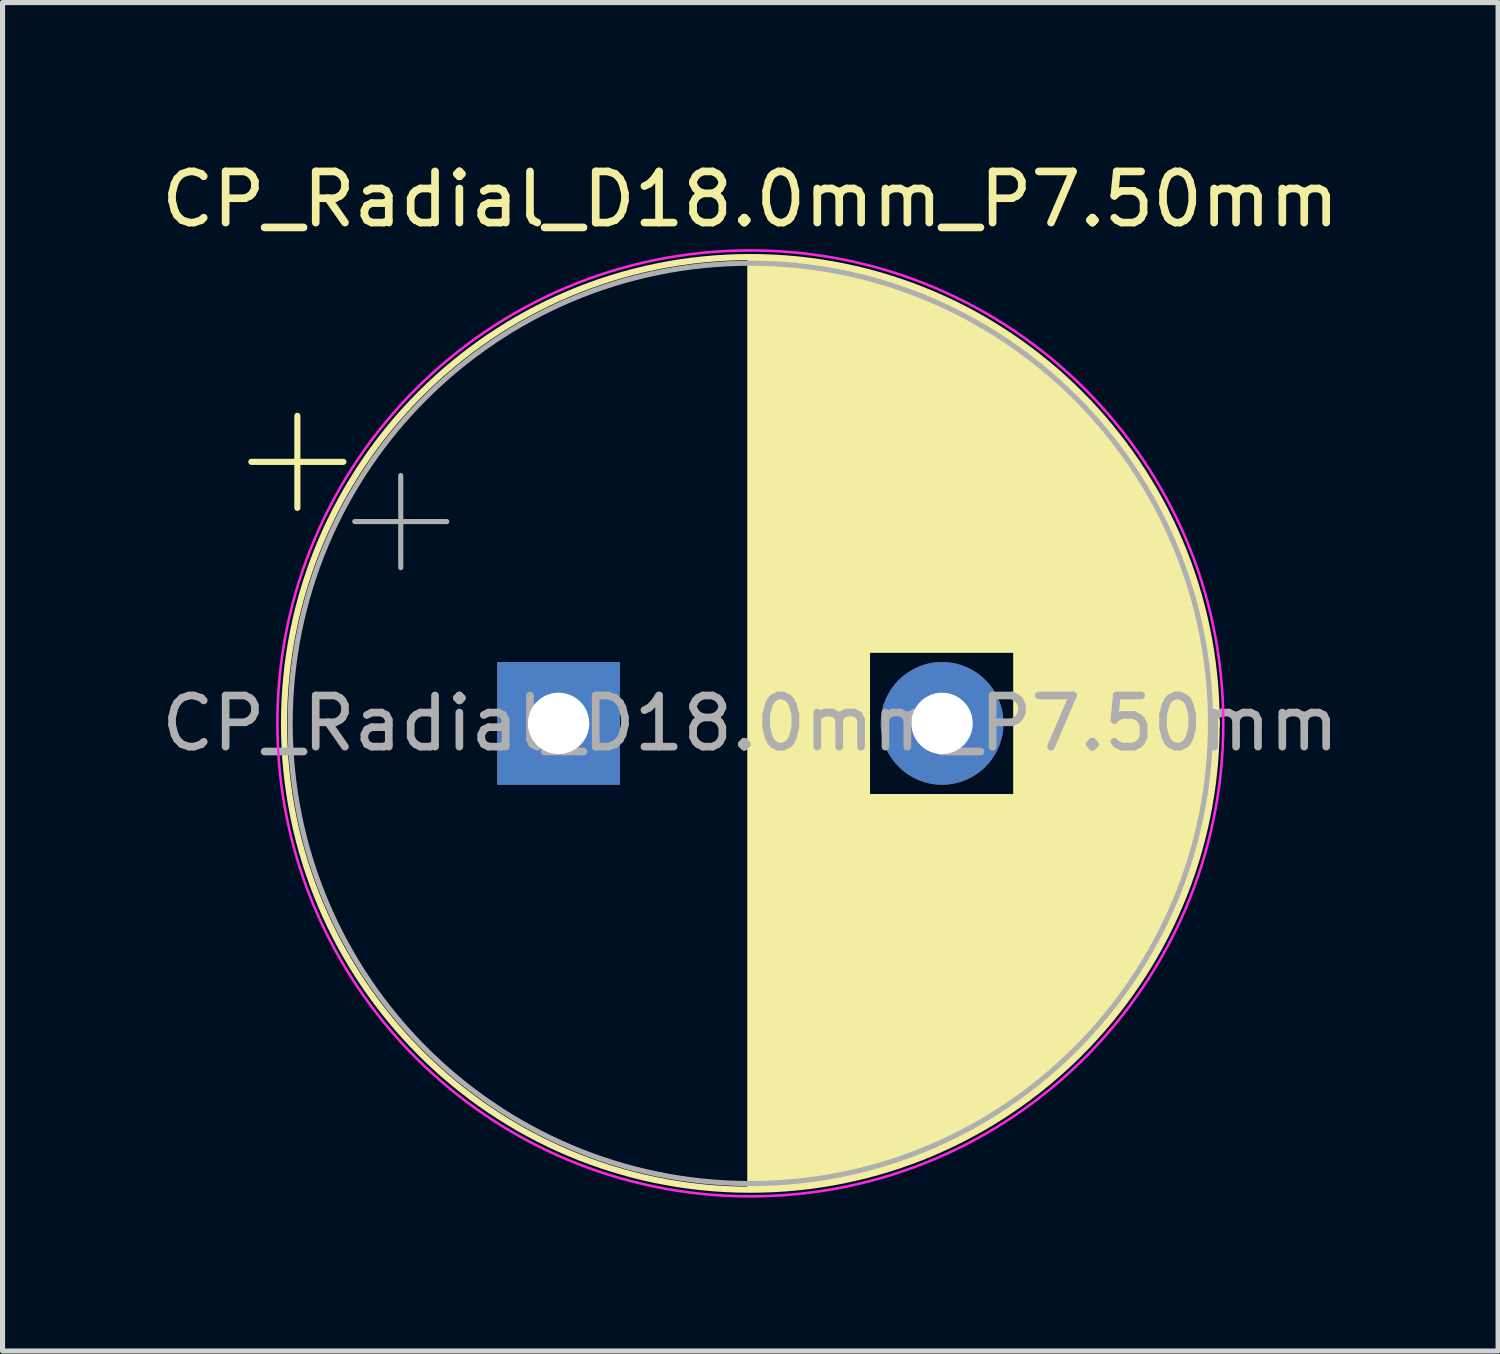
<source format=kicad_pcb>
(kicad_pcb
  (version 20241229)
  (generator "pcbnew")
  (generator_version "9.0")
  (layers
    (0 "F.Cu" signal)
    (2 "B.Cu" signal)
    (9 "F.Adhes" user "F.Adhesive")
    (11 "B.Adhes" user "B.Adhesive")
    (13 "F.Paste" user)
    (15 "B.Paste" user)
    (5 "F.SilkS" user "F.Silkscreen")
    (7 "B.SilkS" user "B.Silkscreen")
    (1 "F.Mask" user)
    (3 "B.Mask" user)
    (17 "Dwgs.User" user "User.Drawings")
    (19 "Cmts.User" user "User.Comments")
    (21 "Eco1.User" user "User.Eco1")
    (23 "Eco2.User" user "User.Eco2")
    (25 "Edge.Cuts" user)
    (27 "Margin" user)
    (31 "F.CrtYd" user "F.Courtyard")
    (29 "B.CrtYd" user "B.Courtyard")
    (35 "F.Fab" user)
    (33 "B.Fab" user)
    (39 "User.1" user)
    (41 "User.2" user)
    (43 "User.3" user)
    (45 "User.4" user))
  (footprint "CP_Radial_D18.0mm_P7.50mm"
    (layer "F.Cu")
    (at 7.875 11.098)
    (property "Reference" "CP_Radial_D18.0mm_P7.50mm" (at 3.75 -10.25 0) (layer "F.SilkS") (effects (font (size 1 1) (thickness 0.15))))
    (attr through_hole)
    (fp_line (start -6.009 -5.115) (end -4.209 -5.115) (stroke (width 0.12) (type solid)) (layer "F.SilkS"))
    (fp_line (start -5.109 -6.015) (end -5.109 -4.215) (stroke (width 0.12) (type solid)) (layer "F.SilkS"))
    (fp_line (start 3.75 -9.081) (end 3.75 9.081) (stroke (width 0.12) (type solid)) (layer "F.SilkS"))
    (fp_line (start 3.79 -9.08) (end 3.79 9.08) (stroke (width 0.12) (type solid)) (layer "F.SilkS"))
    (fp_line (start 3.83 -9.08) (end 3.83 9.08) (stroke (width 0.12) (type solid)) (layer "F.SilkS"))
    (fp_line (start 3.87 -9.08) (end 3.87 9.08) (stroke (width 0.12) (type solid)) (layer "F.SilkS"))
    (fp_line (start 3.91 -9.079) (end 3.91 9.079) (stroke (width 0.12) (type solid)) (layer "F.SilkS"))
    (fp_line (start 3.95 -9.078) (end 3.95 9.078) (stroke (width 0.12) (type solid)) (layer "F.SilkS"))
    (fp_line (start 3.99 -9.077) (end 3.99 9.077) (stroke (width 0.12) (type solid)) (layer "F.SilkS"))
    (fp_line (start 4.03 -9.076) (end 4.03 9.076) (stroke (width 0.12) (type solid)) (layer "F.SilkS"))
    (fp_line (start 4.07 -9.075) (end 4.07 9.075) (stroke (width 0.12) (type solid)) (layer "F.SilkS"))
    (fp_line (start 4.11 -9.073) (end 4.11 9.073) (stroke (width 0.12) (type solid)) (layer "F.SilkS"))
    (fp_line (start 4.15 -9.072) (end 4.15 9.072) (stroke (width 0.12) (type solid)) (layer "F.SilkS"))
    (fp_line (start 4.19 -9.07) (end 4.19 9.07) (stroke (width 0.12) (type solid)) (layer "F.SilkS"))
    (fp_line (start 4.23 -9.068) (end 4.23 9.068) (stroke (width 0.12) (type solid)) (layer "F.SilkS"))
    (fp_line (start 4.27 -9.066) (end 4.27 9.066) (stroke (width 0.12) (type solid)) (layer "F.SilkS"))
    (fp_line (start 4.31 -9.063) (end 4.31 9.063) (stroke (width 0.12) (type solid)) (layer "F.SilkS"))
    (fp_line (start 4.35 -9.061) (end 4.35 9.061) (stroke (width 0.12) (type solid)) (layer "F.SilkS"))
    (fp_line (start 4.39 -9.058) (end 4.39 9.058) (stroke (width 0.12) (type solid)) (layer "F.SilkS"))
    (fp_line (start 4.43 -9.055) (end 4.43 9.055) (stroke (width 0.12) (type solid)) (layer "F.SilkS"))
    (fp_line (start 4.471 -9.052) (end 4.471 9.052) (stroke (width 0.12) (type solid)) (layer "F.SilkS"))
    (fp_line (start 4.511 -9.049) (end 4.511 9.049) (stroke (width 0.12) (type solid)) (layer "F.SilkS"))
    (fp_line (start 4.551 -9.045) (end 4.551 9.045) (stroke (width 0.12) (type solid)) (layer "F.SilkS"))
    (fp_line (start 4.591 -9.042) (end 4.591 9.042) (stroke (width 0.12) (type solid)) (layer "F.SilkS"))
    (fp_line (start 4.631 -9.038) (end 4.631 9.038) (stroke (width 0.12) (type solid)) (layer "F.SilkS"))
    (fp_line (start 4.671 -9.034) (end 4.671 9.034) (stroke (width 0.12) (type solid)) (layer "F.SilkS"))
    (fp_line (start 4.711 -9.03) (end 4.711 9.03) (stroke (width 0.12) (type solid)) (layer "F.SilkS"))
    (fp_line (start 4.751 -9.026) (end 4.751 9.026) (stroke (width 0.12) (type solid)) (layer "F.SilkS"))
    (fp_line (start 4.791 -9.021) (end 4.791 9.021) (stroke (width 0.12) (type solid)) (layer "F.SilkS"))
    (fp_line (start 4.831 -9.016) (end 4.831 9.016) (stroke (width 0.12) (type solid)) (layer "F.SilkS"))
    (fp_line (start 4.871 -9.011) (end 4.871 9.011) (stroke (width 0.12) (type solid)) (layer "F.SilkS"))
    (fp_line (start 4.911 -9.006) (end 4.911 9.006) (stroke (width 0.12) (type solid)) (layer "F.SilkS"))
    (fp_line (start 4.951 -9.001) (end 4.951 9.001) (stroke (width 0.12) (type solid)) (layer "F.SilkS"))
    (fp_line (start 4.991 -8.996) (end 4.991 8.996) (stroke (width 0.12) (type solid)) (layer "F.SilkS"))
    (fp_line (start 5.031 -8.99) (end 5.031 8.99) (stroke (width 0.12) (type solid)) (layer "F.SilkS"))
    (fp_line (start 5.071 -8.984) (end 5.071 8.984) (stroke (width 0.12) (type solid)) (layer "F.SilkS"))
    (fp_line (start 5.111 -8.979) (end 5.111 8.979) (stroke (width 0.12) (type solid)) (layer "F.SilkS"))
    (fp_line (start 5.151 -8.972) (end 5.151 8.972) (stroke (width 0.12) (type solid)) (layer "F.SilkS"))
    (fp_line (start 5.191 -8.966) (end 5.191 8.966) (stroke (width 0.12) (type solid)) (layer "F.SilkS"))
    (fp_line (start 5.231 -8.96) (end 5.231 8.96) (stroke (width 0.12) (type solid)) (layer "F.SilkS"))
    (fp_line (start 5.271 -8.953) (end 5.271 8.953) (stroke (width 0.12) (type solid)) (layer "F.SilkS"))
    (fp_line (start 5.311 -8.946) (end 5.311 8.946) (stroke (width 0.12) (type solid)) (layer "F.SilkS"))
    (fp_line (start 5.351 -8.939) (end 5.351 8.939) (stroke (width 0.12) (type solid)) (layer "F.SilkS"))
    (fp_line (start 5.391 -8.932) (end 5.391 8.932) (stroke (width 0.12) (type solid)) (layer "F.SilkS"))
    (fp_line (start 5.431 -8.924) (end 5.431 8.924) (stroke (width 0.12) (type solid)) (layer "F.SilkS"))
    (fp_line (start 5.471 -8.917) (end 5.471 8.917) (stroke (width 0.12) (type solid)) (layer "F.SilkS"))
    (fp_line (start 5.511 -8.909) (end 5.511 8.909) (stroke (width 0.12) (type solid)) (layer "F.SilkS"))
    (fp_line (start 5.551 -8.901) (end 5.551 8.901) (stroke (width 0.12) (type solid)) (layer "F.SilkS"))
    (fp_line (start 5.591 -8.893) (end 5.591 8.893) (stroke (width 0.12) (type solid)) (layer "F.SilkS"))
    (fp_line (start 5.631 -8.885) (end 5.631 8.885) (stroke (width 0.12) (type solid)) (layer "F.SilkS"))
    (fp_line (start 5.671 -8.876) (end 5.671 8.876) (stroke (width 0.12) (type solid)) (layer "F.SilkS"))
    (fp_line (start 5.711 -8.867) (end 5.711 8.867) (stroke (width 0.12) (type solid)) (layer "F.SilkS"))
    (fp_line (start 5.751 -8.858) (end 5.751 8.858) (stroke (width 0.12) (type solid)) (layer "F.SilkS"))
    (fp_line (start 5.791 -8.849) (end 5.791 8.849) (stroke (width 0.12) (type solid)) (layer "F.SilkS"))
    (fp_line (start 5.831 -8.84) (end 5.831 8.84) (stroke (width 0.12) (type solid)) (layer "F.SilkS"))
    (fp_line (start 5.871 -8.831) (end 5.871 8.831) (stroke (width 0.12) (type solid)) (layer "F.SilkS"))
    (fp_line (start 5.911 -8.821) (end 5.911 8.821) (stroke (width 0.12) (type solid)) (layer "F.SilkS"))
    (fp_line (start 5.951 -8.811) (end 5.951 8.811) (stroke (width 0.12) (type solid)) (layer "F.SilkS"))
    (fp_line (start 5.991 -8.801) (end 5.991 8.801) (stroke (width 0.12) (type solid)) (layer "F.SilkS"))
    (fp_line (start 6.031 -8.791) (end 6.031 8.791) (stroke (width 0.12) (type solid)) (layer "F.SilkS"))
    (fp_line (start 6.071 -8.78) (end 6.071 -1.44) (stroke (width 0.12) (type solid)) (layer "F.SilkS"))
    (fp_line (start 6.071 1.44) (end 6.071 8.78) (stroke (width 0.12) (type solid)) (layer "F.SilkS"))
    (fp_line (start 6.111 -8.77) (end 6.111 -1.44) (stroke (width 0.12) (type solid)) (layer "F.SilkS"))
    (fp_line (start 6.111 1.44) (end 6.111 8.77) (stroke (width 0.12) (type solid)) (layer "F.SilkS"))
    (fp_line (start 6.151 -8.759) (end 6.151 -1.44) (stroke (width 0.12) (type solid)) (layer "F.SilkS"))
    (fp_line (start 6.151 1.44) (end 6.151 8.759) (stroke (width 0.12) (type solid)) (layer "F.SilkS"))
    (fp_line (start 6.191 -8.748) (end 6.191 -1.44) (stroke (width 0.12) (type solid)) (layer "F.SilkS"))
    (fp_line (start 6.191 1.44) (end 6.191 8.748) (stroke (width 0.12) (type solid)) (layer "F.SilkS"))
    (fp_line (start 6.231 -8.737) (end 6.231 -1.44) (stroke (width 0.12) (type solid)) (layer "F.SilkS"))
    (fp_line (start 6.231 1.44) (end 6.231 8.737) (stroke (width 0.12) (type solid)) (layer "F.SilkS"))
    (fp_line (start 6.271 -8.725) (end 6.271 -1.44) (stroke (width 0.12) (type solid)) (layer "F.SilkS"))
    (fp_line (start 6.271 1.44) (end 6.271 8.725) (stroke (width 0.12) (type solid)) (layer "F.SilkS"))
    (fp_line (start 6.311 -8.714) (end 6.311 -1.44) (stroke (width 0.12) (type solid)) (layer "F.SilkS"))
    (fp_line (start 6.311 1.44) (end 6.311 8.714) (stroke (width 0.12) (type solid)) (layer "F.SilkS"))
    (fp_line (start 6.351 -8.702) (end 6.351 -1.44) (stroke (width 0.12) (type solid)) (layer "F.SilkS"))
    (fp_line (start 6.351 1.44) (end 6.351 8.702) (stroke (width 0.12) (type solid)) (layer "F.SilkS"))
    (fp_line (start 6.391 -8.69) (end 6.391 -1.44) (stroke (width 0.12) (type solid)) (layer "F.SilkS"))
    (fp_line (start 6.391 1.44) (end 6.391 8.69) (stroke (width 0.12) (type solid)) (layer "F.SilkS"))
    (fp_line (start 6.431 -8.678) (end 6.431 -1.44) (stroke (width 0.12) (type solid)) (layer "F.SilkS"))
    (fp_line (start 6.431 1.44) (end 6.431 8.678) (stroke (width 0.12) (type solid)) (layer "F.SilkS"))
    (fp_line (start 6.471 -8.665) (end 6.471 -1.44) (stroke (width 0.12) (type solid)) (layer "F.SilkS"))
    (fp_line (start 6.471 1.44) (end 6.471 8.665) (stroke (width 0.12) (type solid)) (layer "F.SilkS"))
    (fp_line (start 6.511 -8.653) (end 6.511 -1.44) (stroke (width 0.12) (type solid)) (layer "F.SilkS"))
    (fp_line (start 6.511 1.44) (end 6.511 8.653) (stroke (width 0.12) (type solid)) (layer "F.SilkS"))
    (fp_line (start 6.551 -8.64) (end 6.551 -1.44) (stroke (width 0.12) (type solid)) (layer "F.SilkS"))
    (fp_line (start 6.551 1.44) (end 6.551 8.64) (stroke (width 0.12) (type solid)) (layer "F.SilkS"))
    (fp_line (start 6.591 -8.627) (end 6.591 -1.44) (stroke (width 0.12) (type solid)) (layer "F.SilkS"))
    (fp_line (start 6.591 1.44) (end 6.591 8.627) (stroke (width 0.12) (type solid)) (layer "F.SilkS"))
    (fp_line (start 6.631 -8.614) (end 6.631 -1.44) (stroke (width 0.12) (type solid)) (layer "F.SilkS"))
    (fp_line (start 6.631 1.44) (end 6.631 8.614) (stroke (width 0.12) (type solid)) (layer "F.SilkS"))
    (fp_line (start 6.671 -8.6) (end 6.671 -1.44) (stroke (width 0.12) (type solid)) (layer "F.SilkS"))
    (fp_line (start 6.671 1.44) (end 6.671 8.6) (stroke (width 0.12) (type solid)) (layer "F.SilkS"))
    (fp_line (start 6.711 -8.587) (end 6.711 -1.44) (stroke (width 0.12) (type solid)) (layer "F.SilkS"))
    (fp_line (start 6.711 1.44) (end 6.711 8.587) (stroke (width 0.12) (type solid)) (layer "F.SilkS"))
    (fp_line (start 6.751 -8.573) (end 6.751 -1.44) (stroke (width 0.12) (type solid)) (layer "F.SilkS"))
    (fp_line (start 6.751 1.44) (end 6.751 8.573) (stroke (width 0.12) (type solid)) (layer "F.SilkS"))
    (fp_line (start 6.791 -8.559) (end 6.791 -1.44) (stroke (width 0.12) (type solid)) (layer "F.SilkS"))
    (fp_line (start 6.791 1.44) (end 6.791 8.559) (stroke (width 0.12) (type solid)) (layer "F.SilkS"))
    (fp_line (start 6.831 -8.545) (end 6.831 -1.44) (stroke (width 0.12) (type solid)) (layer "F.SilkS"))
    (fp_line (start 6.831 1.44) (end 6.831 8.545) (stroke (width 0.12) (type solid)) (layer "F.SilkS"))
    (fp_line (start 6.871 -8.53) (end 6.871 -1.44) (stroke (width 0.12) (type solid)) (layer "F.SilkS"))
    (fp_line (start 6.871 1.44) (end 6.871 8.53) (stroke (width 0.12) (type solid)) (layer "F.SilkS"))
    (fp_line (start 6.911 -8.516) (end 6.911 -1.44) (stroke (width 0.12) (type solid)) (layer "F.SilkS"))
    (fp_line (start 6.911 1.44) (end 6.911 8.516) (stroke (width 0.12) (type solid)) (layer "F.SilkS"))
    (fp_line (start 6.951 -8.501) (end 6.951 -1.44) (stroke (width 0.12) (type solid)) (layer "F.SilkS"))
    (fp_line (start 6.951 1.44) (end 6.951 8.501) (stroke (width 0.12) (type solid)) (layer "F.SilkS"))
    (fp_line (start 6.991 -8.486) (end 6.991 -1.44) (stroke (width 0.12) (type solid)) (layer "F.SilkS"))
    (fp_line (start 6.991 1.44) (end 6.991 8.486) (stroke (width 0.12) (type solid)) (layer "F.SilkS"))
    (fp_line (start 7.031 -8.47) (end 7.031 -1.44) (stroke (width 0.12) (type solid)) (layer "F.SilkS"))
    (fp_line (start 7.031 1.44) (end 7.031 8.47) (stroke (width 0.12) (type solid)) (layer "F.SilkS"))
    (fp_line (start 7.071 -8.455) (end 7.071 -1.44) (stroke (width 0.12) (type solid)) (layer "F.SilkS"))
    (fp_line (start 7.071 1.44) (end 7.071 8.455) (stroke (width 0.12) (type solid)) (layer "F.SilkS"))
    (fp_line (start 7.111 -8.439) (end 7.111 -1.44) (stroke (width 0.12) (type solid)) (layer "F.SilkS"))
    (fp_line (start 7.111 1.44) (end 7.111 8.439) (stroke (width 0.12) (type solid)) (layer "F.SilkS"))
    (fp_line (start 7.151 -8.423) (end 7.151 -1.44) (stroke (width 0.12) (type solid)) (layer "F.SilkS"))
    (fp_line (start 7.151 1.44) (end 7.151 8.423) (stroke (width 0.12) (type solid)) (layer "F.SilkS"))
    (fp_line (start 7.191 -8.407) (end 7.191 -1.44) (stroke (width 0.12) (type solid)) (layer "F.SilkS"))
    (fp_line (start 7.191 1.44) (end 7.191 8.407) (stroke (width 0.12) (type solid)) (layer "F.SilkS"))
    (fp_line (start 7.231 -8.39) (end 7.231 -1.44) (stroke (width 0.12) (type solid)) (layer "F.SilkS"))
    (fp_line (start 7.231 1.44) (end 7.231 8.39) (stroke (width 0.12) (type solid)) (layer "F.SilkS"))
    (fp_line (start 7.271 -8.374) (end 7.271 -1.44) (stroke (width 0.12) (type solid)) (layer "F.SilkS"))
    (fp_line (start 7.271 1.44) (end 7.271 8.374) (stroke (width 0.12) (type solid)) (layer "F.SilkS"))
    (fp_line (start 7.311 -8.357) (end 7.311 -1.44) (stroke (width 0.12) (type solid)) (layer "F.SilkS"))
    (fp_line (start 7.311 1.44) (end 7.311 8.357) (stroke (width 0.12) (type solid)) (layer "F.SilkS"))
    (fp_line (start 7.351 -8.34) (end 7.351 -1.44) (stroke (width 0.12) (type solid)) (layer "F.SilkS"))
    (fp_line (start 7.351 1.44) (end 7.351 8.34) (stroke (width 0.12) (type solid)) (layer "F.SilkS"))
    (fp_line (start 7.391 -8.323) (end 7.391 -1.44) (stroke (width 0.12) (type solid)) (layer "F.SilkS"))
    (fp_line (start 7.391 1.44) (end 7.391 8.323) (stroke (width 0.12) (type solid)) (layer "F.SilkS"))
    (fp_line (start 7.431 -8.305) (end 7.431 -1.44) (stroke (width 0.12) (type solid)) (layer "F.SilkS"))
    (fp_line (start 7.431 1.44) (end 7.431 8.305) (stroke (width 0.12) (type solid)) (layer "F.SilkS"))
    (fp_line (start 7.471 -8.287) (end 7.471 -1.44) (stroke (width 0.12) (type solid)) (layer "F.SilkS"))
    (fp_line (start 7.471 1.44) (end 7.471 8.287) (stroke (width 0.12) (type solid)) (layer "F.SilkS"))
    (fp_line (start 7.511 -8.269) (end 7.511 -1.44) (stroke (width 0.12) (type solid)) (layer "F.SilkS"))
    (fp_line (start 7.511 1.44) (end 7.511 8.269) (stroke (width 0.12) (type solid)) (layer "F.SilkS"))
    (fp_line (start 7.551 -8.251) (end 7.551 -1.44) (stroke (width 0.12) (type solid)) (layer "F.SilkS"))
    (fp_line (start 7.551 1.44) (end 7.551 8.251) (stroke (width 0.12) (type solid)) (layer "F.SilkS"))
    (fp_line (start 7.591 -8.233) (end 7.591 -1.44) (stroke (width 0.12) (type solid)) (layer "F.SilkS"))
    (fp_line (start 7.591 1.44) (end 7.591 8.233) (stroke (width 0.12) (type solid)) (layer "F.SilkS"))
    (fp_line (start 7.631 -8.214) (end 7.631 -1.44) (stroke (width 0.12) (type solid)) (layer "F.SilkS"))
    (fp_line (start 7.631 1.44) (end 7.631 8.214) (stroke (width 0.12) (type solid)) (layer "F.SilkS"))
    (fp_line (start 7.671 -8.195) (end 7.671 -1.44) (stroke (width 0.12) (type solid)) (layer "F.SilkS"))
    (fp_line (start 7.671 1.44) (end 7.671 8.195) (stroke (width 0.12) (type solid)) (layer "F.SilkS"))
    (fp_line (start 7.711 -8.176) (end 7.711 -1.44) (stroke (width 0.12) (type solid)) (layer "F.SilkS"))
    (fp_line (start 7.711 1.44) (end 7.711 8.176) (stroke (width 0.12) (type solid)) (layer "F.SilkS"))
    (fp_line (start 7.751 -8.156) (end 7.751 -1.44) (stroke (width 0.12) (type solid)) (layer "F.SilkS"))
    (fp_line (start 7.751 1.44) (end 7.751 8.156) (stroke (width 0.12) (type solid)) (layer "F.SilkS"))
    (fp_line (start 7.791 -8.137) (end 7.791 -1.44) (stroke (width 0.12) (type solid)) (layer "F.SilkS"))
    (fp_line (start 7.791 1.44) (end 7.791 8.137) (stroke (width 0.12) (type solid)) (layer "F.SilkS"))
    (fp_line (start 7.831 -8.117) (end 7.831 -1.44) (stroke (width 0.12) (type solid)) (layer "F.SilkS"))
    (fp_line (start 7.831 1.44) (end 7.831 8.117) (stroke (width 0.12) (type solid)) (layer "F.SilkS"))
    (fp_line (start 7.871 -8.097) (end 7.871 -1.44) (stroke (width 0.12) (type solid)) (layer "F.SilkS"))
    (fp_line (start 7.871 1.44) (end 7.871 8.097) (stroke (width 0.12) (type solid)) (layer "F.SilkS"))
    (fp_line (start 7.911 -8.076) (end 7.911 -1.44) (stroke (width 0.12) (type solid)) (layer "F.SilkS"))
    (fp_line (start 7.911 1.44) (end 7.911 8.076) (stroke (width 0.12) (type solid)) (layer "F.SilkS"))
    (fp_line (start 7.951 -8.056) (end 7.951 -1.44) (stroke (width 0.12) (type solid)) (layer "F.SilkS"))
    (fp_line (start 7.951 1.44) (end 7.951 8.056) (stroke (width 0.12) (type solid)) (layer "F.SilkS"))
    (fp_line (start 7.991 -8.035) (end 7.991 -1.44) (stroke (width 0.12) (type solid)) (layer "F.SilkS"))
    (fp_line (start 7.991 1.44) (end 7.991 8.035) (stroke (width 0.12) (type solid)) (layer "F.SilkS"))
    (fp_line (start 8.031 -8.014) (end 8.031 -1.44) (stroke (width 0.12) (type solid)) (layer "F.SilkS"))
    (fp_line (start 8.031 1.44) (end 8.031 8.014) (stroke (width 0.12) (type solid)) (layer "F.SilkS"))
    (fp_line (start 8.071 -7.992) (end 8.071 -1.44) (stroke (width 0.12) (type solid)) (layer "F.SilkS"))
    (fp_line (start 8.071 1.44) (end 8.071 7.992) (stroke (width 0.12) (type solid)) (layer "F.SilkS"))
    (fp_line (start 8.111 -7.971) (end 8.111 -1.44) (stroke (width 0.12) (type solid)) (layer "F.SilkS"))
    (fp_line (start 8.111 1.44) (end 8.111 7.971) (stroke (width 0.12) (type solid)) (layer "F.SilkS"))
    (fp_line (start 8.151 -7.949) (end 8.151 -1.44) (stroke (width 0.12) (type solid)) (layer "F.SilkS"))
    (fp_line (start 8.151 1.44) (end 8.151 7.949) (stroke (width 0.12) (type solid)) (layer "F.SilkS"))
    (fp_line (start 8.191 -7.927) (end 8.191 -1.44) (stroke (width 0.12) (type solid)) (layer "F.SilkS"))
    (fp_line (start 8.191 1.44) (end 8.191 7.927) (stroke (width 0.12) (type solid)) (layer "F.SilkS"))
    (fp_line (start 8.231 -7.904) (end 8.231 -1.44) (stroke (width 0.12) (type solid)) (layer "F.SilkS"))
    (fp_line (start 8.231 1.44) (end 8.231 7.904) (stroke (width 0.12) (type solid)) (layer "F.SilkS"))
    (fp_line (start 8.271 -7.882) (end 8.271 -1.44) (stroke (width 0.12) (type solid)) (layer "F.SilkS"))
    (fp_line (start 8.271 1.44) (end 8.271 7.882) (stroke (width 0.12) (type solid)) (layer "F.SilkS"))
    (fp_line (start 8.311 -7.859) (end 8.311 -1.44) (stroke (width 0.12) (type solid)) (layer "F.SilkS"))
    (fp_line (start 8.311 1.44) (end 8.311 7.859) (stroke (width 0.12) (type solid)) (layer "F.SilkS"))
    (fp_line (start 8.351 -7.835) (end 8.351 -1.44) (stroke (width 0.12) (type solid)) (layer "F.SilkS"))
    (fp_line (start 8.351 1.44) (end 8.351 7.835) (stroke (width 0.12) (type solid)) (layer "F.SilkS"))
    (fp_line (start 8.391 -7.812) (end 8.391 -1.44) (stroke (width 0.12) (type solid)) (layer "F.SilkS"))
    (fp_line (start 8.391 1.44) (end 8.391 7.812) (stroke (width 0.12) (type solid)) (layer "F.SilkS"))
    (fp_line (start 8.431 -7.788) (end 8.431 -1.44) (stroke (width 0.12) (type solid)) (layer "F.SilkS"))
    (fp_line (start 8.431 1.44) (end 8.431 7.788) (stroke (width 0.12) (type solid)) (layer "F.SilkS"))
    (fp_line (start 8.471 -7.764) (end 8.471 -1.44) (stroke (width 0.12) (type solid)) (layer "F.SilkS"))
    (fp_line (start 8.471 1.44) (end 8.471 7.764) (stroke (width 0.12) (type solid)) (layer "F.SilkS"))
    (fp_line (start 8.511 -7.74) (end 8.511 -1.44) (stroke (width 0.12) (type solid)) (layer "F.SilkS"))
    (fp_line (start 8.511 1.44) (end 8.511 7.74) (stroke (width 0.12) (type solid)) (layer "F.SilkS"))
    (fp_line (start 8.551 -7.715) (end 8.551 -1.44) (stroke (width 0.12) (type solid)) (layer "F.SilkS"))
    (fp_line (start 8.551 1.44) (end 8.551 7.715) (stroke (width 0.12) (type solid)) (layer "F.SilkS"))
    (fp_line (start 8.591 -7.69) (end 8.591 -1.44) (stroke (width 0.12) (type solid)) (layer "F.SilkS"))
    (fp_line (start 8.591 1.44) (end 8.591 7.69) (stroke (width 0.12) (type solid)) (layer "F.SilkS"))
    (fp_line (start 8.631 -7.665) (end 8.631 -1.44) (stroke (width 0.12) (type solid)) (layer "F.SilkS"))
    (fp_line (start 8.631 1.44) (end 8.631 7.665) (stroke (width 0.12) (type solid)) (layer "F.SilkS"))
    (fp_line (start 8.671 -7.64) (end 8.671 -1.44) (stroke (width 0.12) (type solid)) (layer "F.SilkS"))
    (fp_line (start 8.671 1.44) (end 8.671 7.64) (stroke (width 0.12) (type solid)) (layer "F.SilkS"))
    (fp_line (start 8.711 -7.614) (end 8.711 -1.44) (stroke (width 0.12) (type solid)) (layer "F.SilkS"))
    (fp_line (start 8.711 1.44) (end 8.711 7.614) (stroke (width 0.12) (type solid)) (layer "F.SilkS"))
    (fp_line (start 8.751 -7.588) (end 8.751 -1.44) (stroke (width 0.12) (type solid)) (layer "F.SilkS"))
    (fp_line (start 8.751 1.44) (end 8.751 7.588) (stroke (width 0.12) (type solid)) (layer "F.SilkS"))
    (fp_line (start 8.791 -7.561) (end 8.791 -1.44) (stroke (width 0.12) (type solid)) (layer "F.SilkS"))
    (fp_line (start 8.791 1.44) (end 8.791 7.561) (stroke (width 0.12) (type solid)) (layer "F.SilkS"))
    (fp_line (start 8.831 -7.535) (end 8.831 -1.44) (stroke (width 0.12) (type solid)) (layer "F.SilkS"))
    (fp_line (start 8.831 1.44) (end 8.831 7.535) (stroke (width 0.12) (type solid)) (layer "F.SilkS"))
    (fp_line (start 8.871 -7.508) (end 8.871 -1.44) (stroke (width 0.12) (type solid)) (layer "F.SilkS"))
    (fp_line (start 8.871 1.44) (end 8.871 7.508) (stroke (width 0.12) (type solid)) (layer "F.SilkS"))
    (fp_line (start 8.911 -7.48) (end 8.911 -1.44) (stroke (width 0.12) (type solid)) (layer "F.SilkS"))
    (fp_line (start 8.911 1.44) (end 8.911 7.48) (stroke (width 0.12) (type solid)) (layer "F.SilkS"))
    (fp_line (start 8.951 -7.453) (end 8.951 7.453) (stroke (width 0.12) (type solid)) (layer "F.SilkS"))
    (fp_line (start 8.991 -7.425) (end 8.991 7.425) (stroke (width 0.12) (type solid)) (layer "F.SilkS"))
    (fp_line (start 9.031 -7.397) (end 9.031 7.397) (stroke (width 0.12) (type solid)) (layer "F.SilkS"))
    (fp_line (start 9.071 -7.368) (end 9.071 7.368) (stroke (width 0.12) (type solid)) (layer "F.SilkS"))
    (fp_line (start 9.111 -7.339) (end 9.111 7.339) (stroke (width 0.12) (type solid)) (layer "F.SilkS"))
    (fp_line (start 9.151 -7.31) (end 9.151 7.31) (stroke (width 0.12) (type solid)) (layer "F.SilkS"))
    (fp_line (start 9.191 -7.28) (end 9.191 7.28) (stroke (width 0.12) (type solid)) (layer "F.SilkS"))
    (fp_line (start 9.231 -7.25) (end 9.231 7.25) (stroke (width 0.12) (type solid)) (layer "F.SilkS"))
    (fp_line (start 9.271 -7.22) (end 9.271 7.22) (stroke (width 0.12) (type solid)) (layer "F.SilkS"))
    (fp_line (start 9.311 -7.19) (end 9.311 7.19) (stroke (width 0.12) (type solid)) (layer "F.SilkS"))
    (fp_line (start 9.351 -7.159) (end 9.351 7.159) (stroke (width 0.12) (type solid)) (layer "F.SilkS"))
    (fp_line (start 9.391 -7.127) (end 9.391 7.127) (stroke (width 0.12) (type solid)) (layer "F.SilkS"))
    (fp_line (start 9.431 -7.096) (end 9.431 7.096) (stroke (width 0.12) (type solid)) (layer "F.SilkS"))
    (fp_line (start 9.471 -7.064) (end 9.471 7.064) (stroke (width 0.12) (type solid)) (layer "F.SilkS"))
    (fp_line (start 9.511 -7.031) (end 9.511 7.031) (stroke (width 0.12) (type solid)) (layer "F.SilkS"))
    (fp_line (start 9.551 -6.999) (end 9.551 6.999) (stroke (width 0.12) (type solid)) (layer "F.SilkS"))
    (fp_line (start 9.591 -6.965) (end 9.591 6.965) (stroke (width 0.12) (type solid)) (layer "F.SilkS"))
    (fp_line (start 9.631 -6.932) (end 9.631 6.932) (stroke (width 0.12) (type solid)) (layer "F.SilkS"))
    (fp_line (start 9.671 -6.898) (end 9.671 6.898) (stroke (width 0.12) (type solid)) (layer "F.SilkS"))
    (fp_line (start 9.711 -6.864) (end 9.711 6.864) (stroke (width 0.12) (type solid)) (layer "F.SilkS"))
    (fp_line (start 9.751 -6.829) (end 9.751 6.829) (stroke (width 0.12) (type solid)) (layer "F.SilkS"))
    (fp_line (start 9.791 -6.794) (end 9.791 6.794) (stroke (width 0.12) (type solid)) (layer "F.SilkS"))
    (fp_line (start 9.831 -6.758) (end 9.831 6.758) (stroke (width 0.12) (type solid)) (layer "F.SilkS"))
    (fp_line (start 9.871 -6.722) (end 9.871 6.722) (stroke (width 0.12) (type solid)) (layer "F.SilkS"))
    (fp_line (start 9.911 -6.686) (end 9.911 6.686) (stroke (width 0.12) (type solid)) (layer "F.SilkS"))
    (fp_line (start 9.951 -6.649) (end 9.951 6.649) (stroke (width 0.12) (type solid)) (layer "F.SilkS"))
    (fp_line (start 9.991 -6.612) (end 9.991 6.612) (stroke (width 0.12) (type solid)) (layer "F.SilkS"))
    (fp_line (start 10.031 -6.574) (end 10.031 6.574) (stroke (width 0.12) (type solid)) (layer "F.SilkS"))
    (fp_line (start 10.071 -6.536) (end 10.071 6.536) (stroke (width 0.12) (type solid)) (layer "F.SilkS"))
    (fp_line (start 10.111 -6.497) (end 10.111 6.497) (stroke (width 0.12) (type solid)) (layer "F.SilkS"))
    (fp_line (start 10.151 -6.458) (end 10.151 6.458) (stroke (width 0.12) (type solid)) (layer "F.SilkS"))
    (fp_line (start 10.191 -6.418) (end 10.191 6.418) (stroke (width 0.12) (type solid)) (layer "F.SilkS"))
    (fp_line (start 10.231 -6.378) (end 10.231 6.378) (stroke (width 0.12) (type solid)) (layer "F.SilkS"))
    (fp_line (start 10.271 -6.337) (end 10.271 6.337) (stroke (width 0.12) (type solid)) (layer "F.SilkS"))
    (fp_line (start 10.311 -6.296) (end 10.311 6.296) (stroke (width 0.12) (type solid)) (layer "F.SilkS"))
    (fp_line (start 10.351 -6.254) (end 10.351 6.254) (stroke (width 0.12) (type solid)) (layer "F.SilkS"))
    (fp_line (start 10.391 -6.212) (end 10.391 6.212) (stroke (width 0.12) (type solid)) (layer "F.SilkS"))
    (fp_line (start 10.431 -6.17) (end 10.431 6.17) (stroke (width 0.12) (type solid)) (layer "F.SilkS"))
    (fp_line (start 10.471 -6.126) (end 10.471 6.126) (stroke (width 0.12) (type solid)) (layer "F.SilkS"))
    (fp_line (start 10.511 -6.082) (end 10.511 6.082) (stroke (width 0.12) (type solid)) (layer "F.SilkS"))
    (fp_line (start 10.551 -6.038) (end 10.551 6.038) (stroke (width 0.12) (type solid)) (layer "F.SilkS"))
    (fp_line (start 10.591 -5.993) (end 10.591 5.993) (stroke (width 0.12) (type solid)) (layer "F.SilkS"))
    (fp_line (start 10.631 -5.947) (end 10.631 5.947) (stroke (width 0.12) (type solid)) (layer "F.SilkS"))
    (fp_line (start 10.671 -5.901) (end 10.671 5.901) (stroke (width 0.12) (type solid)) (layer "F.SilkS"))
    (fp_line (start 10.711 -5.854) (end 10.711 5.854) (stroke (width 0.12) (type solid)) (layer "F.SilkS"))
    (fp_line (start 10.751 -5.806) (end 10.751 5.806) (stroke (width 0.12) (type solid)) (layer "F.SilkS"))
    (fp_line (start 10.791 -5.758) (end 10.791 5.758) (stroke (width 0.12) (type solid)) (layer "F.SilkS"))
    (fp_line (start 10.831 -5.709) (end 10.831 5.709) (stroke (width 0.12) (type solid)) (layer "F.SilkS"))
    (fp_line (start 10.871 -5.66) (end 10.871 5.66) (stroke (width 0.12) (type solid)) (layer "F.SilkS"))
    (fp_line (start 10.911 -5.609) (end 10.911 5.609) (stroke (width 0.12) (type solid)) (layer "F.SilkS"))
    (fp_line (start 10.951 -5.558) (end 10.951 5.558) (stroke (width 0.12) (type solid)) (layer "F.SilkS"))
    (fp_line (start 10.991 -5.506) (end 10.991 5.506) (stroke (width 0.12) (type solid)) (layer "F.SilkS"))
    (fp_line (start 11.031 -5.454) (end 11.031 5.454) (stroke (width 0.12) (type solid)) (layer "F.SilkS"))
    (fp_line (start 11.071 -5.4) (end 11.071 5.4) (stroke (width 0.12) (type solid)) (layer "F.SilkS"))
    (fp_line (start 11.111 -5.346) (end 11.111 5.346) (stroke (width 0.12) (type solid)) (layer "F.SilkS"))
    (fp_line (start 11.151 -5.291) (end 11.151 5.291) (stroke (width 0.12) (type solid)) (layer "F.SilkS"))
    (fp_line (start 11.191 -5.235) (end 11.191 5.235) (stroke (width 0.12) (type solid)) (layer "F.SilkS"))
    (fp_line (start 11.231 -5.178) (end 11.231 5.178) (stroke (width 0.12) (type solid)) (layer "F.SilkS"))
    (fp_line (start 11.271 -5.12) (end 11.271 5.12) (stroke (width 0.12) (type solid)) (layer "F.SilkS"))
    (fp_line (start 11.311 -5.062) (end 11.311 5.062) (stroke (width 0.12) (type solid)) (layer "F.SilkS"))
    (fp_line (start 11.351 -5.002) (end 11.351 5.002) (stroke (width 0.12) (type solid)) (layer "F.SilkS"))
    (fp_line (start 11.391 -4.941) (end 11.391 4.941) (stroke (width 0.12) (type solid)) (layer "F.SilkS"))
    (fp_line (start 11.431 -4.879) (end 11.431 4.879) (stroke (width 0.12) (type solid)) (layer "F.SilkS"))
    (fp_line (start 11.471 -4.816) (end 11.471 4.816) (stroke (width 0.12) (type solid)) (layer "F.SilkS"))
    (fp_line (start 11.511 -4.752) (end 11.511 4.752) (stroke (width 0.12) (type solid)) (layer "F.SilkS"))
    (fp_line (start 11.551 -4.686) (end 11.551 4.686) (stroke (width 0.12) (type solid)) (layer "F.SilkS"))
    (fp_line (start 11.591 -4.62) (end 11.591 4.62) (stroke (width 0.12) (type solid)) (layer "F.SilkS"))
    (fp_line (start 11.631 -4.552) (end 11.631 4.552) (stroke (width 0.12) (type solid)) (layer "F.SilkS"))
    (fp_line (start 11.671 -4.482) (end 11.671 4.482) (stroke (width 0.12) (type solid)) (layer "F.SilkS"))
    (fp_line (start 11.711 -4.412) (end 11.711 4.412) (stroke (width 0.12) (type solid)) (layer "F.SilkS"))
    (fp_line (start 11.751 -4.339) (end 11.751 4.339) (stroke (width 0.12) (type solid)) (layer "F.SilkS"))
    (fp_line (start 11.791 -4.265) (end 11.791 4.265) (stroke (width 0.12) (type solid)) (layer "F.SilkS"))
    (fp_line (start 11.831 -4.19) (end 11.831 4.19) (stroke (width 0.12) (type solid)) (layer "F.SilkS"))
    (fp_line (start 11.871 -4.113) (end 11.871 4.113) (stroke (width 0.12) (type solid)) (layer "F.SilkS"))
    (fp_line (start 11.911 -4.033) (end 11.911 4.033) (stroke (width 0.12) (type solid)) (layer "F.SilkS"))
    (fp_line (start 11.95 -3.952) (end 11.95 3.952) (stroke (width 0.12) (type solid)) (layer "F.SilkS"))
    (fp_line (start 11.99 -3.869) (end 11.99 3.869) (stroke (width 0.12) (type solid)) (layer "F.SilkS"))
    (fp_line (start 12.03 -3.784) (end 12.03 3.784) (stroke (width 0.12) (type solid)) (layer "F.SilkS"))
    (fp_line (start 12.07 -3.696) (end 12.07 3.696) (stroke (width 0.12) (type solid)) (layer "F.SilkS"))
    (fp_line (start 12.11 -3.605) (end 12.11 3.605) (stroke (width 0.12) (type solid)) (layer "F.SilkS"))
    (fp_line (start 12.15 -3.512) (end 12.15 3.512) (stroke (width 0.12) (type solid)) (layer "F.SilkS"))
    (fp_line (start 12.19 -3.416) (end 12.19 3.416) (stroke (width 0.12) (type solid)) (layer "F.SilkS"))
    (fp_line (start 12.23 -3.317) (end 12.23 3.317) (stroke (width 0.12) (type solid)) (layer "F.SilkS"))
    (fp_line (start 12.27 -3.214) (end 12.27 3.214) (stroke (width 0.12) (type solid)) (layer "F.SilkS"))
    (fp_line (start 12.31 -3.107) (end 12.31 3.107) (stroke (width 0.12) (type solid)) (layer "F.SilkS"))
    (fp_line (start 12.35 -2.996) (end 12.35 2.996) (stroke (width 0.12) (type solid)) (layer "F.SilkS"))
    (fp_line (start 12.39 -2.88) (end 12.39 2.88) (stroke (width 0.12) (type solid)) (layer "F.SilkS"))
    (fp_line (start 12.43 -2.759) (end 12.43 2.759) (stroke (width 0.12) (type solid)) (layer "F.SilkS"))
    (fp_line (start 12.47 -2.632) (end 12.47 2.632) (stroke (width 0.12) (type solid)) (layer "F.SilkS"))
    (fp_line (start 12.51 -2.498) (end 12.51 2.498) (stroke (width 0.12) (type solid)) (layer "F.SilkS"))
    (fp_line (start 12.55 -2.355) (end 12.55 2.355) (stroke (width 0.12) (type solid)) (layer "F.SilkS"))
    (fp_line (start 12.59 -2.203) (end 12.59 2.203) (stroke (width 0.12) (type solid)) (layer "F.SilkS"))
    (fp_line (start 12.63 -2.039) (end 12.63 2.039) (stroke (width 0.12) (type solid)) (layer "F.SilkS"))
    (fp_line (start 12.67 -1.86) (end 12.67 1.86) (stroke (width 0.12) (type solid)) (layer "F.SilkS"))
    (fp_line (start 12.71 -1.661) (end 12.71 1.661) (stroke (width 0.12) (type solid)) (layer "F.SilkS"))
    (fp_line (start 12.75 -1.435) (end 12.75 1.435) (stroke (width 0.12) (type solid)) (layer "F.SilkS"))
    (fp_line (start 12.79 -1.166) (end 12.79 1.166) (stroke (width 0.12) (type solid)) (layer "F.SilkS"))
    (fp_line (start 12.83 -0.814) (end 12.83 0.814) (stroke (width 0.12) (type solid)) (layer "F.SilkS"))
    (fp_line (start 12.87 -0.04) (end 12.87 0.04) (stroke (width 0.12) (type solid)) (layer "F.SilkS"))
    (fp_circle (center 3.75 0) (end 12.87 0) (stroke (width 0.12) (type solid)) (fill no) (layer "F.SilkS"))
    (fp_circle (center 3.75 0) (end 13 0) (stroke (width 0.05) (type solid)) (fill no) (layer "F.CrtYd"))
    (fp_line (start -3.987 -3.947) (end -2.187 -3.947) (stroke (width 0.1) (type solid)) (layer "F.Fab"))
    (fp_line (start -3.087 -4.848) (end -3.087 -3.047) (stroke (width 0.1) (type solid)) (layer "F.Fab"))
    (fp_circle (center 3.75 0) (end 12.75 0) (stroke (width 0.1) (type solid)) (fill no) (layer "F.Fab"))
    (fp_text user "${REFERENCE}" (at 3.75 0 0) (layer "F.Fab") (effects (font (size 1 1) (thickness 0.15))))
    (pad "1" thru_hole rect (at 0 0 180) (size 2.4 2.4) (drill 1.2) (layers "*.Cu" "*.Mask"))
    (pad "2" thru_hole circle (at 7.5 0 180) (size 2.4 2.4) (drill 1.2) (layers "*.Cu" "*.Mask")))
  (gr_rect
    (start -3 -3)
    (end 26.25 23.373)
    (stroke (width 0.1) (type default))
    (fill no)
    (layer "Edge.Cuts")))
</source>
